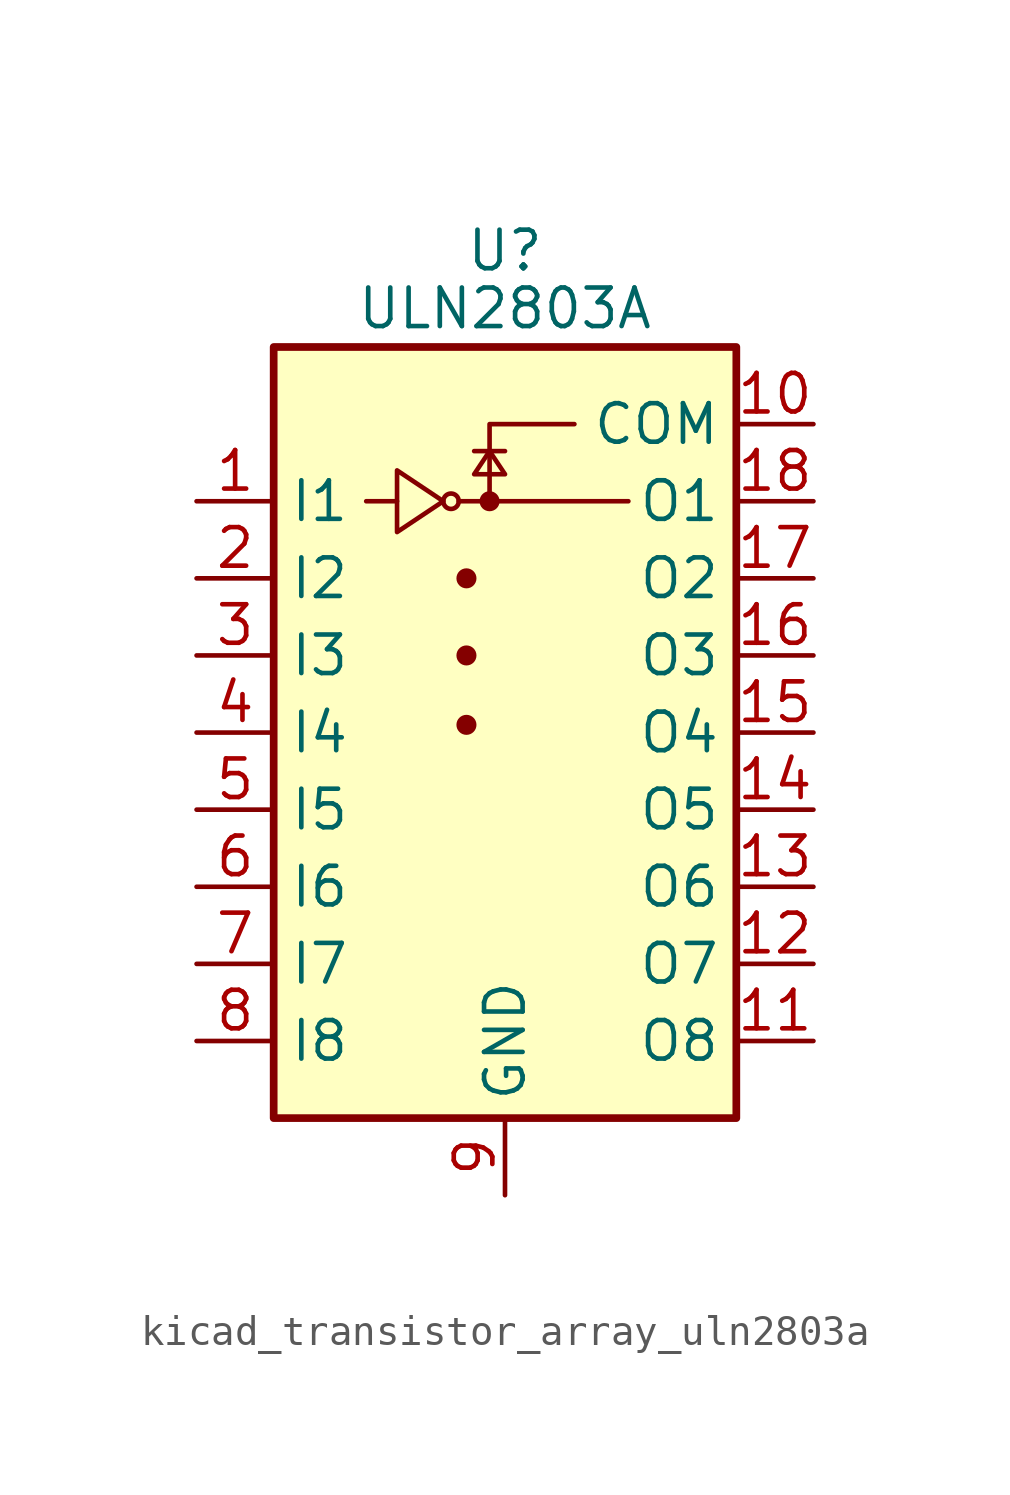
<source format=kicad_sym>
(kicad_symbol_lib
  (version 20220914)
  (generator kicad_symbol_editor)
  (symbol "kicad_transistor_array_uln2803a"
    (property "Reference" "U"
      (at 0 13.335 0)
      (effects (font (size 1.27 1.27))))
    (property "Value" "ULN2803A"
      (at 0 11.43 0)
      (effects (font (size 1.27 1.27))))
    (symbol "kicad_transistor_array_uln2803a_0_1"
      (rectangle (start -7.62 -15.24) (end 7.62 10.16) (stroke (width 0.254) (type default)) (fill (type background)))
      (circle (center -1.778 5.08) (radius 0.254) (stroke (width 0) (type default)) (fill (type none)))
      (circle (center -1.27 -2.286) (radius 0.254) (stroke (width 0) (type default)) (fill (type outline)))
      (circle (center -1.27 0) (radius 0.254) (stroke (width 0) (type default)) (fill (type outline)))
      (circle (center -1.27 2.54) (radius 0.254) (stroke (width 0) (type default)) (fill (type outline)))
      (circle (center -0.508 5.08) (radius 0.254) (stroke (width 0) (type default)) (fill (type outline)))
      (polyline (pts (xy -4.572 5.08) (xy -3.556 5.08)) (stroke (width 0) (type default)) (fill (type none)))
      (polyline (pts (xy -1.524 5.08) (xy 4.064 5.08)) (stroke (width 0) (type default)) (fill (type none)))
      (polyline (pts (xy 0 6.731) (xy -1.016 6.731)) (stroke (width 0) (type default)) (fill (type none)))
      (polyline (pts (xy -0.508 5.08) (xy -0.508 7.62) (xy 2.286 7.62)) (stroke (width 0) (type default)) (fill (type none)))
      (polyline (pts (xy -3.556 6.096) (xy -3.556 4.064) (xy -2.032 5.08) (xy -3.556 6.096)) (stroke (width 0) (type default)) (fill (type none)))
      (polyline (pts (xy 0 5.969) (xy -1.016 5.969) (xy -0.508 6.731) (xy 0 5.969)) (stroke (width 0) (type default)) (fill (type none))))
    (symbol "kicad_transistor_array_uln2803a_1_1"
      (pin input line (at -10.16 5.08 0) (length 2.54) (name "I1" (effects (font (size 1.27 1.27)))) (number "1" (effects (font (size 1.27 1.27)))))
      (pin passive line (at 10.16 7.62 180) (length 2.54) (name "COM" (effects (font (size 1.27 1.27)))) (number "10" (effects (font (size 1.27 1.27)))))
      (pin open_collector line (at 10.16 -12.7 180) (length 2.54) (name "O8" (effects (font (size 1.27 1.27)))) (number "11" (effects (font (size 1.27 1.27)))))
      (pin open_collector line (at 10.16 -10.16 180) (length 2.54) (name "O7" (effects (font (size 1.27 1.27)))) (number "12" (effects (font (size 1.27 1.27)))))
      (pin open_collector line (at 10.16 -7.62 180) (length 2.54) (name "O6" (effects (font (size 1.27 1.27)))) (number "13" (effects (font (size 1.27 1.27)))))
      (pin open_collector line (at 10.16 -5.08 180) (length 2.54) (name "O5" (effects (font (size 1.27 1.27)))) (number "14" (effects (font (size 1.27 1.27)))))
      (pin open_collector line (at 10.16 -2.54 180) (length 2.54) (name "O4" (effects (font (size 1.27 1.27)))) (number "15" (effects (font (size 1.27 1.27)))))
      (pin open_collector line (at 10.16 0 180) (length 2.54) (name "O3" (effects (font (size 1.27 1.27)))) (number "16" (effects (font (size 1.27 1.27)))))
      (pin open_collector line (at 10.16 2.54 180) (length 2.54) (name "O2" (effects (font (size 1.27 1.27)))) (number "17" (effects (font (size 1.27 1.27)))))
      (pin open_collector line (at 10.16 5.08 180) (length 2.54) (name "O1" (effects (font (size 1.27 1.27)))) (number "18" (effects (font (size 1.27 1.27)))))
      (pin input line (at -10.16 2.54 0) (length 2.54) (name "I2" (effects (font (size 1.27 1.27)))) (number "2" (effects (font (size 1.27 1.27)))))
      (pin input line (at -10.16 0 0) (length 2.54) (name "I3" (effects (font (size 1.27 1.27)))) (number "3" (effects (font (size 1.27 1.27)))))
      (pin input line (at -10.16 -2.54 0) (length 2.54) (name "I4" (effects (font (size 1.27 1.27)))) (number "4" (effects (font (size 1.27 1.27)))))
      (pin input line (at -10.16 -5.08 0) (length 2.54) (name "I5" (effects (font (size 1.27 1.27)))) (number "5" (effects (font (size 1.27 1.27)))))
      (pin input line (at -10.16 -7.62 0) (length 2.54) (name "I6" (effects (font (size 1.27 1.27)))) (number "6" (effects (font (size 1.27 1.27)))))
      (pin input line (at -10.16 -10.16 0) (length 2.54) (name "I7" (effects (font (size 1.27 1.27)))) (number "7" (effects (font (size 1.27 1.27)))))
      (pin input line (at -10.16 -12.7 0) (length 2.54) (name "I8" (effects (font (size 1.27 1.27)))) (number "8" (effects (font (size 1.27 1.27)))))
      (pin power_in line (at 0 -17.78 90) (length 2.54) (name "GND" (effects (font (size 1.27 1.27)))) (number "9" (effects (font (size 1.27 1.27))))))))
</source>
